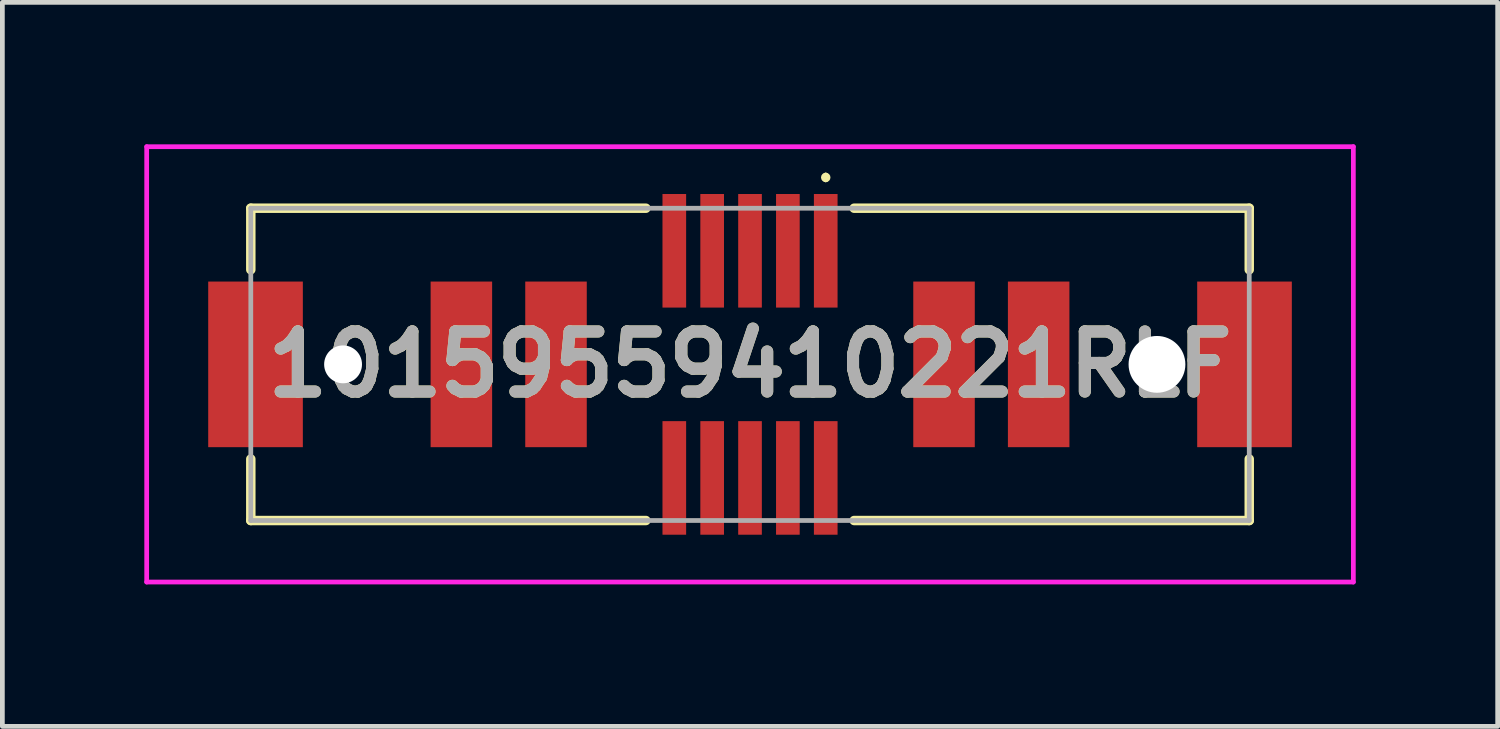
<source format=kicad_pcb>
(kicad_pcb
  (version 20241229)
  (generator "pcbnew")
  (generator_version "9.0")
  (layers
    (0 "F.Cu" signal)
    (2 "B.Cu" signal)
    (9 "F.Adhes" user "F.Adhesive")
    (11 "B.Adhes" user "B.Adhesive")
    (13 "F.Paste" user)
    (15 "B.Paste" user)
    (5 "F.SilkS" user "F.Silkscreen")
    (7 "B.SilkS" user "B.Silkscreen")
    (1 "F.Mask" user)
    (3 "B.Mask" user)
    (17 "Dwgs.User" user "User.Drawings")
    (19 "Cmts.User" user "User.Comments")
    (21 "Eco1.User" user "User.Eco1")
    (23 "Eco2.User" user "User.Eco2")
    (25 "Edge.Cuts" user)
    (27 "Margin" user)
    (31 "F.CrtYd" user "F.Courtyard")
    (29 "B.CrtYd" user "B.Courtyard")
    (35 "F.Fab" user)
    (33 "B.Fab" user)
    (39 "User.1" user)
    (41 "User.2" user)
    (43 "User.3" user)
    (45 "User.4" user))
  (footprint "10159559410221RLF"
    (layer "F.Cu")
    (at 12.8 4.65)
    (property "Reference" "10159559410221RLF" (at 0 0 0) (layer "F.SilkS") (effects (font (size 1.27 1.27) (thickness 0.254))))
    (attr through_hole)
    (fp_line (start -10.55 -3.3) (end -10.55 -2) (stroke (width 0.2) (type solid)) (layer "F.SilkS"))
    (fp_line (start -10.55 2) (end -10.55 3.3) (stroke (width 0.2) (type solid)) (layer "F.SilkS"))
    (fp_line (start -10.55 3.3) (end -2.2 3.3) (stroke (width 0.2) (type solid)) (layer "F.SilkS"))
    (fp_line (start -2.2 -3.3) (end -10.55 -3.3) (stroke (width 0.2) (type solid)) (layer "F.SilkS"))
    (fp_line (start 1.6 -4) (end 1.6 -4) (stroke (width 0.1) (type solid)) (layer "F.SilkS"))
    (fp_line (start 1.6 -3.9) (end 1.6 -3.9) (stroke (width 0.1) (type solid)) (layer "F.SilkS"))
    (fp_line (start 2.2 3.3) (end 10.55 3.3) (stroke (width 0.2) (type solid)) (layer "F.SilkS"))
    (fp_line (start 10.55 -3.3) (end 2.2 -3.3) (stroke (width 0.2) (type solid)) (layer "F.SilkS"))
    (fp_line (start 10.55 -2) (end 10.55 -3.3) (stroke (width 0.2) (type solid)) (layer "F.SilkS"))
    (fp_line (start 10.55 3.3) (end 10.55 2) (stroke (width 0.2) (type solid)) (layer "F.SilkS"))
    (fp_arc (start 1.6 -4) (mid 1.65 -3.95) (end 1.6 -3.9) (stroke (width 0.1) (type solid)) (layer "F.SilkS"))
    (fp_arc (start 1.6 -3.9) (mid 1.55 -3.95) (end 1.6 -4) (stroke (width 0.1) (type solid)) (layer "F.SilkS"))
    (fp_line (start -12.75 -4.6) (end 12.75 -4.6) (stroke (width 0.1) (type solid)) (layer "F.CrtYd"))
    (fp_line (start -12.75 4.6) (end -12.75 -4.6) (stroke (width 0.1) (type solid)) (layer "F.CrtYd"))
    (fp_line (start 12.75 -4.6) (end 12.75 4.6) (stroke (width 0.1) (type solid)) (layer "F.CrtYd"))
    (fp_line (start 12.75 4.6) (end -12.75 4.6) (stroke (width 0.1) (type solid)) (layer "F.CrtYd"))
    (fp_line (start -10.55 -3.3) (end -10.55 3.3) (stroke (width 0.1) (type solid)) (layer "F.Fab"))
    (fp_line (start -10.55 3.3) (end 10.55 3.3) (stroke (width 0.1) (type solid)) (layer "F.Fab"))
    (fp_line (start 10.55 -3.3) (end -10.55 -3.3) (stroke (width 0.1) (type solid)) (layer "F.Fab"))
    (fp_line (start 10.55 3.3) (end 10.55 -3.3) (stroke (width 0.1) (type solid)) (layer "F.Fab"))
    (fp_text user "${REFERENCE}" (at 0 0 0) (layer "F.Fab") (effects (font (size 1.27 1.27) (thickness 0.254))))
    (pad "" np_thru_hole circle (at -8.6 0) (size 0.8 0.8) (drill 0.8) (layers "*.Cu" "*.Mask"))
    (pad "" np_thru_hole circle (at 8.6 0) (size 1.2 1.2) (drill 1.2) (layers "*.Cu" "*.Mask"))
    (pad "MP1" smd rect (at 10.45 0) (size 2 3.5) (layers "F.Cu" "F.Mask" "F.Paste"))
    (pad "MP2" smd rect (at -10.45 0) (size 2 3.5) (layers "F.Cu" "F.Mask" "F.Paste"))
    (pad "P1" smd rect (at 6.1 0) (size 1.3 3.5) (layers "F.Cu" "F.Mask" "F.Paste"))
    (pad "P2" smd rect (at 4.1 0) (size 1.3 3.5) (layers "F.Cu" "F.Mask" "F.Paste"))
    (pad "P3" smd rect (at -4.1 0) (size 1.3 3.5) (layers "F.Cu" "F.Mask" "F.Paste"))
    (pad "P4" smd rect (at -6.1 0) (size 1.3 3.5) (layers "F.Cu" "F.Mask" "F.Paste"))
    (pad "S1" smd rect (at 1.6 -2.4) (size 0.5 2.4) (layers "F.Cu" "F.Mask" "F.Paste"))
    (pad "S2" smd rect (at 1.6 2.4) (size 0.5 2.4) (layers "F.Cu" "F.Mask" "F.Paste"))
    (pad "S3" smd rect (at 0.8 -2.4) (size 0.5 2.4) (layers "F.Cu" "F.Mask" "F.Paste"))
    (pad "S4" smd rect (at 0.8 2.4) (size 0.5 2.4) (layers "F.Cu" "F.Mask" "F.Paste"))
    (pad "S5" smd rect (at 0 -2.4) (size 0.5 2.4) (layers "F.Cu" "F.Mask" "F.Paste"))
    (pad "S6" smd rect (at 0 2.4) (size 0.5 2.4) (layers "F.Cu" "F.Mask" "F.Paste"))
    (pad "S7" smd rect (at -0.8 -2.4) (size 0.5 2.4) (layers "F.Cu" "F.Mask" "F.Paste"))
    (pad "S8" smd rect (at -0.8 2.4) (size 0.5 2.4) (layers "F.Cu" "F.Mask" "F.Paste"))
    (pad "S9" smd rect (at -1.6 -2.4) (size 0.5 2.4) (layers "F.Cu" "F.Mask" "F.Paste"))
    (pad "S10" smd rect (at -1.6 2.4) (size 0.5 2.4) (layers "F.Cu" "F.Mask" "F.Paste")))
  (gr_rect
    (start -3 -3)
    (end 28.6 12.3)
    (stroke (width 0.1) (type default))
    (fill no)
    (layer "Edge.Cuts")))
</source>
